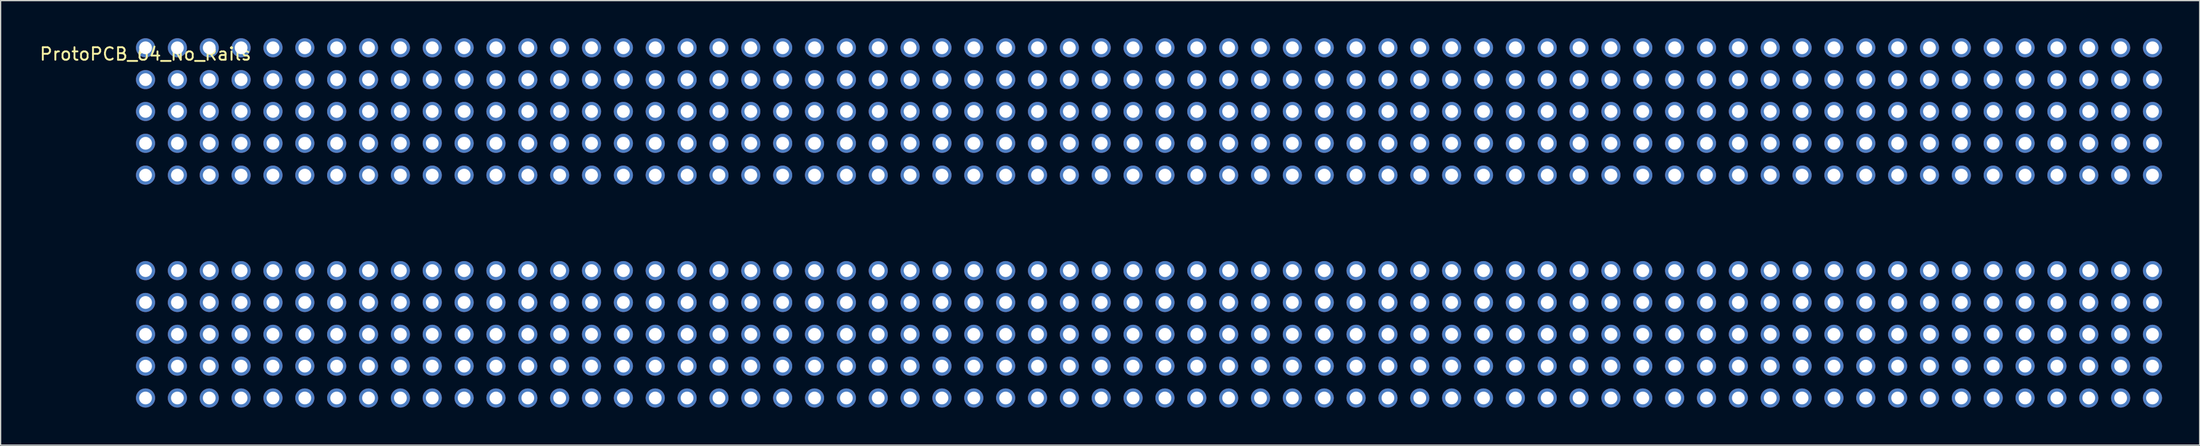
<source format=kicad_pcb>
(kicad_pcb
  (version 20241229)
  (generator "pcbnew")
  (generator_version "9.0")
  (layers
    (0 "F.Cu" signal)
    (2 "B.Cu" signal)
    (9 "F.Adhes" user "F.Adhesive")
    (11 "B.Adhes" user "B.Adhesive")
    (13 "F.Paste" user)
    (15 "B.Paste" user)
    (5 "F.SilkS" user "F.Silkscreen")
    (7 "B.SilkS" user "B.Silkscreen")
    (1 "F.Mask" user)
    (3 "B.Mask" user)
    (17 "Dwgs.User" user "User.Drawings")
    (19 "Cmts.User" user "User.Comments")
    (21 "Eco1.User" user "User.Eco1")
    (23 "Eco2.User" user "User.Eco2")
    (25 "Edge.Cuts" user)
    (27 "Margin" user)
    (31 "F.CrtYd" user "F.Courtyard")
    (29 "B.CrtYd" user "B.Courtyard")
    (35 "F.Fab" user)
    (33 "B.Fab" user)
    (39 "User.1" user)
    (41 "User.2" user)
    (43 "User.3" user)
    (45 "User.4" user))
  (footprint "ProtoPCB_64_No_Rails"
    (layer "F.Cu")
    (at 8.554 0.762)
    (property "Reference" "ProtoPCB_64_No_Rails" (at 0 0.5 0) (layer "F.SilkS") (effects (font (size 1 1) (thickness 0.15))))
    (attr through_hole)
    (pad "1" thru_hole circle (at 0 0) (size 1.524 1.524) (drill 1.016) (layers "*.Cu" "*.Mask"))
    (pad "1" thru_hole circle (at 0 2.54) (size 1.524 1.524) (drill 1.016) (layers "*.Cu" "*.Mask"))
    (pad "1" thru_hole circle (at 0 5.08) (size 1.524 1.524) (drill 1.016) (layers "*.Cu" "*.Mask"))
    (pad "1" thru_hole circle (at 0 7.62) (size 1.524 1.524) (drill 1.016) (layers "*.Cu" "*.Mask"))
    (pad "1" thru_hole circle (at 0 10.16) (size 1.524 1.524) (drill 1.016) (layers "*.Cu" "*.Mask"))
    (pad "1" thru_hole circle (at 0 17.78) (size 1.524 1.524) (drill 1.016) (layers "*.Cu" "*.Mask"))
    (pad "1" thru_hole circle (at 0 20.32) (size 1.524 1.524) (drill 1.016) (layers "*.Cu" "*.Mask"))
    (pad "1" thru_hole circle (at 0 22.86) (size 1.524 1.524) (drill 1.016) (layers "*.Cu" "*.Mask"))
    (pad "1" thru_hole circle (at 0 25.4) (size 1.524 1.524) (drill 1.016) (layers "*.Cu" "*.Mask"))
    (pad "1" thru_hole circle (at 0 27.94) (size 1.524 1.524) (drill 1.016) (layers "*.Cu" "*.Mask"))
    (pad "1" thru_hole circle (at 2.54 0) (size 1.524 1.524) (drill 1.016) (layers "*.Cu" "*.Mask"))
    (pad "1" thru_hole circle (at 2.54 2.54) (size 1.524 1.524) (drill 1.016) (layers "*.Cu" "*.Mask"))
    (pad "1" thru_hole circle (at 2.54 5.08) (size 1.524 1.524) (drill 1.016) (layers "*.Cu" "*.Mask"))
    (pad "1" thru_hole circle (at 2.54 7.62) (size 1.524 1.524) (drill 1.016) (layers "*.Cu" "*.Mask"))
    (pad "1" thru_hole circle (at 2.54 10.16) (size 1.524 1.524) (drill 1.016) (layers "*.Cu" "*.Mask"))
    (pad "1" thru_hole circle (at 2.54 17.78) (size 1.524 1.524) (drill 1.016) (layers "*.Cu" "*.Mask"))
    (pad "1" thru_hole circle (at 2.54 20.32) (size 1.524 1.524) (drill 1.016) (layers "*.Cu" "*.Mask"))
    (pad "1" thru_hole circle (at 2.54 22.86) (size 1.524 1.524) (drill 1.016) (layers "*.Cu" "*.Mask"))
    (pad "1" thru_hole circle (at 2.54 25.4) (size 1.524 1.524) (drill 1.016) (layers "*.Cu" "*.Mask"))
    (pad "1" thru_hole circle (at 2.54 27.94) (size 1.524 1.524) (drill 1.016) (layers "*.Cu" "*.Mask"))
    (pad "1" thru_hole circle (at 5.08 0) (size 1.524 1.524) (drill 1.016) (layers "*.Cu" "*.Mask"))
    (pad "1" thru_hole circle (at 5.08 2.54) (size 1.524 1.524) (drill 1.016) (layers "*.Cu" "*.Mask"))
    (pad "1" thru_hole circle (at 5.08 5.08) (size 1.524 1.524) (drill 1.016) (layers "*.Cu" "*.Mask"))
    (pad "1" thru_hole circle (at 5.08 7.62) (size 1.524 1.524) (drill 1.016) (layers "*.Cu" "*.Mask"))
    (pad "1" thru_hole circle (at 5.08 10.16) (size 1.524 1.524) (drill 1.016) (layers "*.Cu" "*.Mask"))
    (pad "1" thru_hole circle (at 5.08 17.78) (size 1.524 1.524) (drill 1.016) (layers "*.Cu" "*.Mask"))
    (pad "1" thru_hole circle (at 5.08 20.32) (size 1.524 1.524) (drill 1.016) (layers "*.Cu" "*.Mask"))
    (pad "1" thru_hole circle (at 5.08 22.86) (size 1.524 1.524) (drill 1.016) (layers "*.Cu" "*.Mask"))
    (pad "1" thru_hole circle (at 5.08 25.4) (size 1.524 1.524) (drill 1.016) (layers "*.Cu" "*.Mask"))
    (pad "1" thru_hole circle (at 5.08 27.94) (size 1.524 1.524) (drill 1.016) (layers "*.Cu" "*.Mask"))
    (pad "1" thru_hole circle (at 7.62 0) (size 1.524 1.524) (drill 1.016) (layers "*.Cu" "*.Mask"))
    (pad "1" thru_hole circle (at 7.62 2.54) (size 1.524 1.524) (drill 1.016) (layers "*.Cu" "*.Mask"))
    (pad "1" thru_hole circle (at 7.62 5.08) (size 1.524 1.524) (drill 1.016) (layers "*.Cu" "*.Mask"))
    (pad "1" thru_hole circle (at 7.62 7.62) (size 1.524 1.524) (drill 1.016) (layers "*.Cu" "*.Mask"))
    (pad "1" thru_hole circle (at 7.62 10.16) (size 1.524 1.524) (drill 1.016) (layers "*.Cu" "*.Mask"))
    (pad "1" thru_hole circle (at 7.62 17.78) (size 1.524 1.524) (drill 1.016) (layers "*.Cu" "*.Mask"))
    (pad "1" thru_hole circle (at 7.62 20.32) (size 1.524 1.524) (drill 1.016) (layers "*.Cu" "*.Mask"))
    (pad "1" thru_hole circle (at 7.62 22.86) (size 1.524 1.524) (drill 1.016) (layers "*.Cu" "*.Mask"))
    (pad "1" thru_hole circle (at 7.62 25.4) (size 1.524 1.524) (drill 1.016) (layers "*.Cu" "*.Mask"))
    (pad "1" thru_hole circle (at 7.62 27.94) (size 1.524 1.524) (drill 1.016) (layers "*.Cu" "*.Mask"))
    (pad "1" thru_hole circle (at 10.16 0) (size 1.524 1.524) (drill 1.016) (layers "*.Cu" "*.Mask"))
    (pad "1" thru_hole circle (at 10.16 2.54) (size 1.524 1.524) (drill 1.016) (layers "*.Cu" "*.Mask"))
    (pad "1" thru_hole circle (at 10.16 5.08) (size 1.524 1.524) (drill 1.016) (layers "*.Cu" "*.Mask"))
    (pad "1" thru_hole circle (at 10.16 7.62) (size 1.524 1.524) (drill 1.016) (layers "*.Cu" "*.Mask"))
    (pad "1" thru_hole circle (at 10.16 10.16) (size 1.524 1.524) (drill 1.016) (layers "*.Cu" "*.Mask"))
    (pad "1" thru_hole circle (at 10.16 17.78) (size 1.524 1.524) (drill 1.016) (layers "*.Cu" "*.Mask"))
    (pad "1" thru_hole circle (at 10.16 20.32) (size 1.524 1.524) (drill 1.016) (layers "*.Cu" "*.Mask"))
    (pad "1" thru_hole circle (at 10.16 22.86) (size 1.524 1.524) (drill 1.016) (layers "*.Cu" "*.Mask"))
    (pad "1" thru_hole circle (at 10.16 25.4) (size 1.524 1.524) (drill 1.016) (layers "*.Cu" "*.Mask"))
    (pad "1" thru_hole circle (at 10.16 27.94) (size 1.524 1.524) (drill 1.016) (layers "*.Cu" "*.Mask"))
    (pad "1" thru_hole circle (at 12.7 0) (size 1.524 1.524) (drill 1.016) (layers "*.Cu" "*.Mask"))
    (pad "1" thru_hole circle (at 12.7 2.54) (size 1.524 1.524) (drill 1.016) (layers "*.Cu" "*.Mask"))
    (pad "1" thru_hole circle (at 12.7 5.08) (size 1.524 1.524) (drill 1.016) (layers "*.Cu" "*.Mask"))
    (pad "1" thru_hole circle (at 12.7 7.62) (size 1.524 1.524) (drill 1.016) (layers "*.Cu" "*.Mask"))
    (pad "1" thru_hole circle (at 12.7 10.16) (size 1.524 1.524) (drill 1.016) (layers "*.Cu" "*.Mask"))
    (pad "1" thru_hole circle (at 12.7 17.78) (size 1.524 1.524) (drill 1.016) (layers "*.Cu" "*.Mask"))
    (pad "1" thru_hole circle (at 12.7 20.32) (size 1.524 1.524) (drill 1.016) (layers "*.Cu" "*.Mask"))
    (pad "1" thru_hole circle (at 12.7 22.86) (size 1.524 1.524) (drill 1.016) (layers "*.Cu" "*.Mask"))
    (pad "1" thru_hole circle (at 12.7 25.4) (size 1.524 1.524) (drill 1.016) (layers "*.Cu" "*.Mask"))
    (pad "1" thru_hole circle (at 12.7 27.94) (size 1.524 1.524) (drill 1.016) (layers "*.Cu" "*.Mask"))
    (pad "1" thru_hole circle (at 15.24 0) (size 1.524 1.524) (drill 1.016) (layers "*.Cu" "*.Mask"))
    (pad "1" thru_hole circle (at 15.24 2.54) (size 1.524 1.524) (drill 1.016) (layers "*.Cu" "*.Mask"))
    (pad "1" thru_hole circle (at 15.24 5.08) (size 1.524 1.524) (drill 1.016) (layers "*.Cu" "*.Mask"))
    (pad "1" thru_hole circle (at 15.24 7.62) (size 1.524 1.524) (drill 1.016) (layers "*.Cu" "*.Mask"))
    (pad "1" thru_hole circle (at 15.24 10.16) (size 1.524 1.524) (drill 1.016) (layers "*.Cu" "*.Mask"))
    (pad "1" thru_hole circle (at 15.24 17.78) (size 1.524 1.524) (drill 1.016) (layers "*.Cu" "*.Mask"))
    (pad "1" thru_hole circle (at 15.24 20.32) (size 1.524 1.524) (drill 1.016) (layers "*.Cu" "*.Mask"))
    (pad "1" thru_hole circle (at 15.24 22.86) (size 1.524 1.524) (drill 1.016) (layers "*.Cu" "*.Mask"))
    (pad "1" thru_hole circle (at 15.24 25.4) (size 1.524 1.524) (drill 1.016) (layers "*.Cu" "*.Mask"))
    (pad "1" thru_hole circle (at 15.24 27.94) (size 1.524 1.524) (drill 1.016) (layers "*.Cu" "*.Mask"))
    (pad "1" thru_hole circle (at 17.78 0) (size 1.524 1.524) (drill 1.016) (layers "*.Cu" "*.Mask"))
    (pad "1" thru_hole circle (at 17.78 2.54) (size 1.524 1.524) (drill 1.016) (layers "*.Cu" "*.Mask"))
    (pad "1" thru_hole circle (at 17.78 5.08) (size 1.524 1.524) (drill 1.016) (layers "*.Cu" "*.Mask"))
    (pad "1" thru_hole circle (at 17.78 7.62) (size 1.524 1.524) (drill 1.016) (layers "*.Cu" "*.Mask"))
    (pad "1" thru_hole circle (at 17.78 10.16) (size 1.524 1.524) (drill 1.016) (layers "*.Cu" "*.Mask"))
    (pad "1" thru_hole circle (at 17.78 17.78) (size 1.524 1.524) (drill 1.016) (layers "*.Cu" "*.Mask"))
    (pad "1" thru_hole circle (at 17.78 20.32) (size 1.524 1.524) (drill 1.016) (layers "*.Cu" "*.Mask"))
    (pad "1" thru_hole circle (at 17.78 22.86) (size 1.524 1.524) (drill 1.016) (layers "*.Cu" "*.Mask"))
    (pad "1" thru_hole circle (at 17.78 25.4) (size 1.524 1.524) (drill 1.016) (layers "*.Cu" "*.Mask"))
    (pad "1" thru_hole circle (at 17.78 27.94) (size 1.524 1.524) (drill 1.016) (layers "*.Cu" "*.Mask"))
    (pad "1" thru_hole circle (at 20.32 0) (size 1.524 1.524) (drill 1.016) (layers "*.Cu" "*.Mask"))
    (pad "1" thru_hole circle (at 20.32 2.54) (size 1.524 1.524) (drill 1.016) (layers "*.Cu" "*.Mask"))
    (pad "1" thru_hole circle (at 20.32 5.08) (size 1.524 1.524) (drill 1.016) (layers "*.Cu" "*.Mask"))
    (pad "1" thru_hole circle (at 20.32 7.62) (size 1.524 1.524) (drill 1.016) (layers "*.Cu" "*.Mask"))
    (pad "1" thru_hole circle (at 20.32 10.16) (size 1.524 1.524) (drill 1.016) (layers "*.Cu" "*.Mask"))
    (pad "1" thru_hole circle (at 20.32 17.78) (size 1.524 1.524) (drill 1.016) (layers "*.Cu" "*.Mask"))
    (pad "1" thru_hole circle (at 20.32 20.32) (size 1.524 1.524) (drill 1.016) (layers "*.Cu" "*.Mask"))
    (pad "1" thru_hole circle (at 20.32 22.86) (size 1.524 1.524) (drill 1.016) (layers "*.Cu" "*.Mask"))
    (pad "1" thru_hole circle (at 20.32 25.4) (size 1.524 1.524) (drill 1.016) (layers "*.Cu" "*.Mask"))
    (pad "1" thru_hole circle (at 20.32 27.94) (size 1.524 1.524) (drill 1.016) (layers "*.Cu" "*.Mask"))
    (pad "1" thru_hole circle (at 22.86 0) (size 1.524 1.524) (drill 1.016) (layers "*.Cu" "*.Mask"))
    (pad "1" thru_hole circle (at 22.86 2.54) (size 1.524 1.524) (drill 1.016) (layers "*.Cu" "*.Mask"))
    (pad "1" thru_hole circle (at 22.86 5.08) (size 1.524 1.524) (drill 1.016) (layers "*.Cu" "*.Mask"))
    (pad "1" thru_hole circle (at 22.86 7.62) (size 1.524 1.524) (drill 1.016) (layers "*.Cu" "*.Mask"))
    (pad "1" thru_hole circle (at 22.86 10.16) (size 1.524 1.524) (drill 1.016) (layers "*.Cu" "*.Mask"))
    (pad "1" thru_hole circle (at 22.86 17.78) (size 1.524 1.524) (drill 1.016) (layers "*.Cu" "*.Mask"))
    (pad "1" thru_hole circle (at 22.86 20.32) (size 1.524 1.524) (drill 1.016) (layers "*.Cu" "*.Mask"))
    (pad "1" thru_hole circle (at 22.86 22.86) (size 1.524 1.524) (drill 1.016) (layers "*.Cu" "*.Mask"))
    (pad "1" thru_hole circle (at 22.86 25.4) (size 1.524 1.524) (drill 1.016) (layers "*.Cu" "*.Mask"))
    (pad "1" thru_hole circle (at 22.86 27.94) (size 1.524 1.524) (drill 1.016) (layers "*.Cu" "*.Mask"))
    (pad "1" thru_hole circle (at 25.4 0) (size 1.524 1.524) (drill 1.016) (layers "*.Cu" "*.Mask"))
    (pad "1" thru_hole circle (at 25.4 2.54) (size 1.524 1.524) (drill 1.016) (layers "*.Cu" "*.Mask"))
    (pad "1" thru_hole circle (at 25.4 5.08) (size 1.524 1.524) (drill 1.016) (layers "*.Cu" "*.Mask"))
    (pad "1" thru_hole circle (at 25.4 7.62) (size 1.524 1.524) (drill 1.016) (layers "*.Cu" "*.Mask"))
    (pad "1" thru_hole circle (at 25.4 10.16) (size 1.524 1.524) (drill 1.016) (layers "*.Cu" "*.Mask"))
    (pad "1" thru_hole circle (at 25.4 17.78) (size 1.524 1.524) (drill 1.016) (layers "*.Cu" "*.Mask"))
    (pad "1" thru_hole circle (at 25.4 20.32) (size 1.524 1.524) (drill 1.016) (layers "*.Cu" "*.Mask"))
    (pad "1" thru_hole circle (at 25.4 22.86) (size 1.524 1.524) (drill 1.016) (layers "*.Cu" "*.Mask"))
    (pad "1" thru_hole circle (at 25.4 25.4) (size 1.524 1.524) (drill 1.016) (layers "*.Cu" "*.Mask"))
    (pad "1" thru_hole circle (at 25.4 27.94) (size 1.524 1.524) (drill 1.016) (layers "*.Cu" "*.Mask"))
    (pad "1" thru_hole circle (at 27.94 0) (size 1.524 1.524) (drill 1.016) (layers "*.Cu" "*.Mask"))
    (pad "1" thru_hole circle (at 27.94 2.54) (size 1.524 1.524) (drill 1.016) (layers "*.Cu" "*.Mask"))
    (pad "1" thru_hole circle (at 27.94 5.08) (size 1.524 1.524) (drill 1.016) (layers "*.Cu" "*.Mask"))
    (pad "1" thru_hole circle (at 27.94 7.62) (size 1.524 1.524) (drill 1.016) (layers "*.Cu" "*.Mask"))
    (pad "1" thru_hole circle (at 27.94 10.16) (size 1.524 1.524) (drill 1.016) (layers "*.Cu" "*.Mask"))
    (pad "1" thru_hole circle (at 27.94 17.78) (size 1.524 1.524) (drill 1.016) (layers "*.Cu" "*.Mask"))
    (pad "1" thru_hole circle (at 27.94 20.32) (size 1.524 1.524) (drill 1.016) (layers "*.Cu" "*.Mask"))
    (pad "1" thru_hole circle (at 27.94 22.86) (size 1.524 1.524) (drill 1.016) (layers "*.Cu" "*.Mask"))
    (pad "1" thru_hole circle (at 27.94 25.4) (size 1.524 1.524) (drill 1.016) (layers "*.Cu" "*.Mask"))
    (pad "1" thru_hole circle (at 27.94 27.94) (size 1.524 1.524) (drill 1.016) (layers "*.Cu" "*.Mask"))
    (pad "1" thru_hole circle (at 30.48 0) (size 1.524 1.524) (drill 1.016) (layers "*.Cu" "*.Mask"))
    (pad "1" thru_hole circle (at 30.48 2.54) (size 1.524 1.524) (drill 1.016) (layers "*.Cu" "*.Mask"))
    (pad "1" thru_hole circle (at 30.48 5.08) (size 1.524 1.524) (drill 1.016) (layers "*.Cu" "*.Mask"))
    (pad "1" thru_hole circle (at 30.48 7.62) (size 1.524 1.524) (drill 1.016) (layers "*.Cu" "*.Mask"))
    (pad "1" thru_hole circle (at 30.48 10.16) (size 1.524 1.524) (drill 1.016) (layers "*.Cu" "*.Mask"))
    (pad "1" thru_hole circle (at 30.48 17.78) (size 1.524 1.524) (drill 1.016) (layers "*.Cu" "*.Mask"))
    (pad "1" thru_hole circle (at 30.48 20.32) (size 1.524 1.524) (drill 1.016) (layers "*.Cu" "*.Mask"))
    (pad "1" thru_hole circle (at 30.48 22.86) (size 1.524 1.524) (drill 1.016) (layers "*.Cu" "*.Mask"))
    (pad "1" thru_hole circle (at 30.48 25.4) (size 1.524 1.524) (drill 1.016) (layers "*.Cu" "*.Mask"))
    (pad "1" thru_hole circle (at 30.48 27.94) (size 1.524 1.524) (drill 1.016) (layers "*.Cu" "*.Mask"))
    (pad "1" thru_hole circle (at 33.02 0) (size 1.524 1.524) (drill 1.016) (layers "*.Cu" "*.Mask"))
    (pad "1" thru_hole circle (at 33.02 2.54) (size 1.524 1.524) (drill 1.016) (layers "*.Cu" "*.Mask"))
    (pad "1" thru_hole circle (at 33.02 5.08) (size 1.524 1.524) (drill 1.016) (layers "*.Cu" "*.Mask"))
    (pad "1" thru_hole circle (at 33.02 7.62) (size 1.524 1.524) (drill 1.016) (layers "*.Cu" "*.Mask"))
    (pad "1" thru_hole circle (at 33.02 10.16) (size 1.524 1.524) (drill 1.016) (layers "*.Cu" "*.Mask"))
    (pad "1" thru_hole circle (at 33.02 17.78) (size 1.524 1.524) (drill 1.016) (layers "*.Cu" "*.Mask"))
    (pad "1" thru_hole circle (at 33.02 20.32) (size 1.524 1.524) (drill 1.016) (layers "*.Cu" "*.Mask"))
    (pad "1" thru_hole circle (at 33.02 22.86) (size 1.524 1.524) (drill 1.016) (layers "*.Cu" "*.Mask"))
    (pad "1" thru_hole circle (at 33.02 25.4) (size 1.524 1.524) (drill 1.016) (layers "*.Cu" "*.Mask"))
    (pad "1" thru_hole circle (at 33.02 27.94) (size 1.524 1.524) (drill 1.016) (layers "*.Cu" "*.Mask"))
    (pad "1" thru_hole circle (at 35.56 0) (size 1.524 1.524) (drill 1.016) (layers "*.Cu" "*.Mask"))
    (pad "1" thru_hole circle (at 35.56 2.54) (size 1.524 1.524) (drill 1.016) (layers "*.Cu" "*.Mask"))
    (pad "1" thru_hole circle (at 35.56 5.08) (size 1.524 1.524) (drill 1.016) (layers "*.Cu" "*.Mask"))
    (pad "1" thru_hole circle (at 35.56 7.62) (size 1.524 1.524) (drill 1.016) (layers "*.Cu" "*.Mask"))
    (pad "1" thru_hole circle (at 35.56 10.16) (size 1.524 1.524) (drill 1.016) (layers "*.Cu" "*.Mask"))
    (pad "1" thru_hole circle (at 35.56 17.78) (size 1.524 1.524) (drill 1.016) (layers "*.Cu" "*.Mask"))
    (pad "1" thru_hole circle (at 35.56 20.32) (size 1.524 1.524) (drill 1.016) (layers "*.Cu" "*.Mask"))
    (pad "1" thru_hole circle (at 35.56 22.86) (size 1.524 1.524) (drill 1.016) (layers "*.Cu" "*.Mask"))
    (pad "1" thru_hole circle (at 35.56 25.4) (size 1.524 1.524) (drill 1.016) (layers "*.Cu" "*.Mask"))
    (pad "1" thru_hole circle (at 35.56 27.94) (size 1.524 1.524) (drill 1.016) (layers "*.Cu" "*.Mask"))
    (pad "1" thru_hole circle (at 38.1 0) (size 1.524 1.524) (drill 1.016) (layers "*.Cu" "*.Mask"))
    (pad "1" thru_hole circle (at 38.1 2.54) (size 1.524 1.524) (drill 1.016) (layers "*.Cu" "*.Mask"))
    (pad "1" thru_hole circle (at 38.1 5.08) (size 1.524 1.524) (drill 1.016) (layers "*.Cu" "*.Mask"))
    (pad "1" thru_hole circle (at 38.1 7.62) (size 1.524 1.524) (drill 1.016) (layers "*.Cu" "*.Mask"))
    (pad "1" thru_hole circle (at 38.1 10.16) (size 1.524 1.524) (drill 1.016) (layers "*.Cu" "*.Mask"))
    (pad "1" thru_hole circle (at 38.1 17.78) (size 1.524 1.524) (drill 1.016) (layers "*.Cu" "*.Mask"))
    (pad "1" thru_hole circle (at 38.1 20.32) (size 1.524 1.524) (drill 1.016) (layers "*.Cu" "*.Mask"))
    (pad "1" thru_hole circle (at 38.1 22.86) (size 1.524 1.524) (drill 1.016) (layers "*.Cu" "*.Mask"))
    (pad "1" thru_hole circle (at 38.1 25.4) (size 1.524 1.524) (drill 1.016) (layers "*.Cu" "*.Mask"))
    (pad "1" thru_hole circle (at 38.1 27.94) (size 1.524 1.524) (drill 1.016) (layers "*.Cu" "*.Mask"))
    (pad "1" thru_hole circle (at 40.64 0) (size 1.524 1.524) (drill 1.016) (layers "*.Cu" "*.Mask"))
    (pad "1" thru_hole circle (at 40.64 2.54) (size 1.524 1.524) (drill 1.016) (layers "*.Cu" "*.Mask"))
    (pad "1" thru_hole circle (at 40.64 5.08) (size 1.524 1.524) (drill 1.016) (layers "*.Cu" "*.Mask"))
    (pad "1" thru_hole circle (at 40.64 7.62) (size 1.524 1.524) (drill 1.016) (layers "*.Cu" "*.Mask"))
    (pad "1" thru_hole circle (at 40.64 10.16) (size 1.524 1.524) (drill 1.016) (layers "*.Cu" "*.Mask"))
    (pad "1" thru_hole circle (at 40.64 17.78) (size 1.524 1.524) (drill 1.016) (layers "*.Cu" "*.Mask"))
    (pad "1" thru_hole circle (at 40.64 20.32) (size 1.524 1.524) (drill 1.016) (layers "*.Cu" "*.Mask"))
    (pad "1" thru_hole circle (at 40.64 22.86) (size 1.524 1.524) (drill 1.016) (layers "*.Cu" "*.Mask"))
    (pad "1" thru_hole circle (at 40.64 25.4) (size 1.524 1.524) (drill 1.016) (layers "*.Cu" "*.Mask"))
    (pad "1" thru_hole circle (at 40.64 27.94) (size 1.524 1.524) (drill 1.016) (layers "*.Cu" "*.Mask"))
    (pad "1" thru_hole circle (at 43.18 0) (size 1.524 1.524) (drill 1.016) (layers "*.Cu" "*.Mask"))
    (pad "1" thru_hole circle (at 43.18 2.54) (size 1.524 1.524) (drill 1.016) (layers "*.Cu" "*.Mask"))
    (pad "1" thru_hole circle (at 43.18 5.08) (size 1.524 1.524) (drill 1.016) (layers "*.Cu" "*.Mask"))
    (pad "1" thru_hole circle (at 43.18 7.62) (size 1.524 1.524) (drill 1.016) (layers "*.Cu" "*.Mask"))
    (pad "1" thru_hole circle (at 43.18 10.16) (size 1.524 1.524) (drill 1.016) (layers "*.Cu" "*.Mask"))
    (pad "1" thru_hole circle (at 43.18 17.78) (size 1.524 1.524) (drill 1.016) (layers "*.Cu" "*.Mask"))
    (pad "1" thru_hole circle (at 43.18 20.32) (size 1.524 1.524) (drill 1.016) (layers "*.Cu" "*.Mask"))
    (pad "1" thru_hole circle (at 43.18 22.86) (size 1.524 1.524) (drill 1.016) (layers "*.Cu" "*.Mask"))
    (pad "1" thru_hole circle (at 43.18 25.4) (size 1.524 1.524) (drill 1.016) (layers "*.Cu" "*.Mask"))
    (pad "1" thru_hole circle (at 43.18 27.94) (size 1.524 1.524) (drill 1.016) (layers "*.Cu" "*.Mask"))
    (pad "1" thru_hole circle (at 45.72 0) (size 1.524 1.524) (drill 1.016) (layers "*.Cu" "*.Mask"))
    (pad "1" thru_hole circle (at 45.72 2.54) (size 1.524 1.524) (drill 1.016) (layers "*.Cu" "*.Mask"))
    (pad "1" thru_hole circle (at 45.72 5.08) (size 1.524 1.524) (drill 1.016) (layers "*.Cu" "*.Mask"))
    (pad "1" thru_hole circle (at 45.72 7.62) (size 1.524 1.524) (drill 1.016) (layers "*.Cu" "*.Mask"))
    (pad "1" thru_hole circle (at 45.72 10.16) (size 1.524 1.524) (drill 1.016) (layers "*.Cu" "*.Mask"))
    (pad "1" thru_hole circle (at 45.72 17.78) (size 1.524 1.524) (drill 1.016) (layers "*.Cu" "*.Mask"))
    (pad "1" thru_hole circle (at 45.72 20.32) (size 1.524 1.524) (drill 1.016) (layers "*.Cu" "*.Mask"))
    (pad "1" thru_hole circle (at 45.72 22.86) (size 1.524 1.524) (drill 1.016) (layers "*.Cu" "*.Mask"))
    (pad "1" thru_hole circle (at 45.72 25.4) (size 1.524 1.524) (drill 1.016) (layers "*.Cu" "*.Mask"))
    (pad "1" thru_hole circle (at 45.72 27.94) (size 1.524 1.524) (drill 1.016) (layers "*.Cu" "*.Mask"))
    (pad "1" thru_hole circle (at 48.26 0) (size 1.524 1.524) (drill 1.016) (layers "*.Cu" "*.Mask"))
    (pad "1" thru_hole circle (at 48.26 2.54) (size 1.524 1.524) (drill 1.016) (layers "*.Cu" "*.Mask"))
    (pad "1" thru_hole circle (at 48.26 5.08) (size 1.524 1.524) (drill 1.016) (layers "*.Cu" "*.Mask"))
    (pad "1" thru_hole circle (at 48.26 7.62) (size 1.524 1.524) (drill 1.016) (layers "*.Cu" "*.Mask"))
    (pad "1" thru_hole circle (at 48.26 10.16) (size 1.524 1.524) (drill 1.016) (layers "*.Cu" "*.Mask"))
    (pad "1" thru_hole circle (at 48.26 17.78) (size 1.524 1.524) (drill 1.016) (layers "*.Cu" "*.Mask"))
    (pad "1" thru_hole circle (at 48.26 20.32) (size 1.524 1.524) (drill 1.016) (layers "*.Cu" "*.Mask"))
    (pad "1" thru_hole circle (at 48.26 22.86) (size 1.524 1.524) (drill 1.016) (layers "*.Cu" "*.Mask"))
    (pad "1" thru_hole circle (at 48.26 25.4) (size 1.524 1.524) (drill 1.016) (layers "*.Cu" "*.Mask"))
    (pad "1" thru_hole circle (at 48.26 27.94) (size 1.524 1.524) (drill 1.016) (layers "*.Cu" "*.Mask"))
    (pad "1" thru_hole circle (at 50.8 0) (size 1.524 1.524) (drill 1.016) (layers "*.Cu" "*.Mask"))
    (pad "1" thru_hole circle (at 50.8 2.54) (size 1.524 1.524) (drill 1.016) (layers "*.Cu" "*.Mask"))
    (pad "1" thru_hole circle (at 50.8 5.08) (size 1.524 1.524) (drill 1.016) (layers "*.Cu" "*.Mask"))
    (pad "1" thru_hole circle (at 50.8 7.62) (size 1.524 1.524) (drill 1.016) (layers "*.Cu" "*.Mask"))
    (pad "1" thru_hole circle (at 50.8 10.16) (size 1.524 1.524) (drill 1.016) (layers "*.Cu" "*.Mask"))
    (pad "1" thru_hole circle (at 50.8 17.78) (size 1.524 1.524) (drill 1.016) (layers "*.Cu" "*.Mask"))
    (pad "1" thru_hole circle (at 50.8 20.32) (size 1.524 1.524) (drill 1.016) (layers "*.Cu" "*.Mask"))
    (pad "1" thru_hole circle (at 50.8 22.86) (size 1.524 1.524) (drill 1.016) (layers "*.Cu" "*.Mask"))
    (pad "1" thru_hole circle (at 50.8 25.4) (size 1.524 1.524) (drill 1.016) (layers "*.Cu" "*.Mask"))
    (pad "1" thru_hole circle (at 50.8 27.94) (size 1.524 1.524) (drill 1.016) (layers "*.Cu" "*.Mask"))
    (pad "1" thru_hole circle (at 53.34 0) (size 1.524 1.524) (drill 1.016) (layers "*.Cu" "*.Mask"))
    (pad "1" thru_hole circle (at 53.34 2.54) (size 1.524 1.524) (drill 1.016) (layers "*.Cu" "*.Mask"))
    (pad "1" thru_hole circle (at 53.34 5.08) (size 1.524 1.524) (drill 1.016) (layers "*.Cu" "*.Mask"))
    (pad "1" thru_hole circle (at 53.34 7.62) (size 1.524 1.524) (drill 1.016) (layers "*.Cu" "*.Mask"))
    (pad "1" thru_hole circle (at 53.34 10.16) (size 1.524 1.524) (drill 1.016) (layers "*.Cu" "*.Mask"))
    (pad "1" thru_hole circle (at 53.34 17.78) (size 1.524 1.524) (drill 1.016) (layers "*.Cu" "*.Mask"))
    (pad "1" thru_hole circle (at 53.34 20.32) (size 1.524 1.524) (drill 1.016) (layers "*.Cu" "*.Mask"))
    (pad "1" thru_hole circle (at 53.34 22.86) (size 1.524 1.524) (drill 1.016) (layers "*.Cu" "*.Mask"))
    (pad "1" thru_hole circle (at 53.34 25.4) (size 1.524 1.524) (drill 1.016) (layers "*.Cu" "*.Mask"))
    (pad "1" thru_hole circle (at 53.34 27.94) (size 1.524 1.524) (drill 1.016) (layers "*.Cu" "*.Mask"))
    (pad "1" thru_hole circle (at 55.88 0) (size 1.524 1.524) (drill 1.016) (layers "*.Cu" "*.Mask"))
    (pad "1" thru_hole circle (at 55.88 2.54) (size 1.524 1.524) (drill 1.016) (layers "*.Cu" "*.Mask"))
    (pad "1" thru_hole circle (at 55.88 5.08) (size 1.524 1.524) (drill 1.016) (layers "*.Cu" "*.Mask"))
    (pad "1" thru_hole circle (at 55.88 7.62) (size 1.524 1.524) (drill 1.016) (layers "*.Cu" "*.Mask"))
    (pad "1" thru_hole circle (at 55.88 10.16) (size 1.524 1.524) (drill 1.016) (layers "*.Cu" "*.Mask"))
    (pad "1" thru_hole circle (at 55.88 17.78) (size 1.524 1.524) (drill 1.016) (layers "*.Cu" "*.Mask"))
    (pad "1" thru_hole circle (at 55.88 20.32) (size 1.524 1.524) (drill 1.016) (layers "*.Cu" "*.Mask"))
    (pad "1" thru_hole circle (at 55.88 22.86) (size 1.524 1.524) (drill 1.016) (layers "*.Cu" "*.Mask"))
    (pad "1" thru_hole circle (at 55.88 25.4) (size 1.524 1.524) (drill 1.016) (layers "*.Cu" "*.Mask"))
    (pad "1" thru_hole circle (at 55.88 27.94) (size 1.524 1.524) (drill 1.016) (layers "*.Cu" "*.Mask"))
    (pad "1" thru_hole circle (at 58.42 0) (size 1.524 1.524) (drill 1.016) (layers "*.Cu" "*.Mask"))
    (pad "1" thru_hole circle (at 58.42 2.54) (size 1.524 1.524) (drill 1.016) (layers "*.Cu" "*.Mask"))
    (pad "1" thru_hole circle (at 58.42 5.08) (size 1.524 1.524) (drill 1.016) (layers "*.Cu" "*.Mask"))
    (pad "1" thru_hole circle (at 58.42 7.62) (size 1.524 1.524) (drill 1.016) (layers "*.Cu" "*.Mask"))
    (pad "1" thru_hole circle (at 58.42 10.16) (size 1.524 1.524) (drill 1.016) (layers "*.Cu" "*.Mask"))
    (pad "1" thru_hole circle (at 58.42 17.78) (size 1.524 1.524) (drill 1.016) (layers "*.Cu" "*.Mask"))
    (pad "1" thru_hole circle (at 58.42 20.32) (size 1.524 1.524) (drill 1.016) (layers "*.Cu" "*.Mask"))
    (pad "1" thru_hole circle (at 58.42 22.86) (size 1.524 1.524) (drill 1.016) (layers "*.Cu" "*.Mask"))
    (pad "1" thru_hole circle (at 58.42 25.4) (size 1.524 1.524) (drill 1.016) (layers "*.Cu" "*.Mask"))
    (pad "1" thru_hole circle (at 58.42 27.94) (size 1.524 1.524) (drill 1.016) (layers "*.Cu" "*.Mask"))
    (pad "1" thru_hole circle (at 60.96 0) (size 1.524 1.524) (drill 1.016) (layers "*.Cu" "*.Mask"))
    (pad "1" thru_hole circle (at 60.96 2.54) (size 1.524 1.524) (drill 1.016) (layers "*.Cu" "*.Mask"))
    (pad "1" thru_hole circle (at 60.96 5.08) (size 1.524 1.524) (drill 1.016) (layers "*.Cu" "*.Mask"))
    (pad "1" thru_hole circle (at 60.96 7.62) (size 1.524 1.524) (drill 1.016) (layers "*.Cu" "*.Mask"))
    (pad "1" thru_hole circle (at 60.96 10.16) (size 1.524 1.524) (drill 1.016) (layers "*.Cu" "*.Mask"))
    (pad "1" thru_hole circle (at 60.96 17.78) (size 1.524 1.524) (drill 1.016) (layers "*.Cu" "*.Mask"))
    (pad "1" thru_hole circle (at 60.96 20.32) (size 1.524 1.524) (drill 1.016) (layers "*.Cu" "*.Mask"))
    (pad "1" thru_hole circle (at 60.96 22.86) (size 1.524 1.524) (drill 1.016) (layers "*.Cu" "*.Mask"))
    (pad "1" thru_hole circle (at 60.96 25.4) (size 1.524 1.524) (drill 1.016) (layers "*.Cu" "*.Mask"))
    (pad "1" thru_hole circle (at 60.96 27.94) (size 1.524 1.524) (drill 1.016) (layers "*.Cu" "*.Mask"))
    (pad "1" thru_hole circle (at 63.5 0) (size 1.524 1.524) (drill 1.016) (layers "*.Cu" "*.Mask"))
    (pad "1" thru_hole circle (at 63.5 2.54) (size 1.524 1.524) (drill 1.016) (layers "*.Cu" "*.Mask"))
    (pad "1" thru_hole circle (at 63.5 5.08) (size 1.524 1.524) (drill 1.016) (layers "*.Cu" "*.Mask"))
    (pad "1" thru_hole circle (at 63.5 7.62) (size 1.524 1.524) (drill 1.016) (layers "*.Cu" "*.Mask"))
    (pad "1" thru_hole circle (at 63.5 10.16) (size 1.524 1.524) (drill 1.016) (layers "*.Cu" "*.Mask"))
    (pad "1" thru_hole circle (at 63.5 17.78) (size 1.524 1.524) (drill 1.016) (layers "*.Cu" "*.Mask"))
    (pad "1" thru_hole circle (at 63.5 20.32) (size 1.524 1.524) (drill 1.016) (layers "*.Cu" "*.Mask"))
    (pad "1" thru_hole circle (at 63.5 22.86) (size 1.524 1.524) (drill 1.016) (layers "*.Cu" "*.Mask"))
    (pad "1" thru_hole circle (at 63.5 25.4) (size 1.524 1.524) (drill 1.016) (layers "*.Cu" "*.Mask"))
    (pad "1" thru_hole circle (at 63.5 27.94) (size 1.524 1.524) (drill 1.016) (layers "*.Cu" "*.Mask"))
    (pad "1" thru_hole circle (at 66.04 0) (size 1.524 1.524) (drill 1.016) (layers "*.Cu" "*.Mask"))
    (pad "1" thru_hole circle (at 66.04 2.54) (size 1.524 1.524) (drill 1.016) (layers "*.Cu" "*.Mask"))
    (pad "1" thru_hole circle (at 66.04 5.08) (size 1.524 1.524) (drill 1.016) (layers "*.Cu" "*.Mask"))
    (pad "1" thru_hole circle (at 66.04 7.62) (size 1.524 1.524) (drill 1.016) (layers "*.Cu" "*.Mask"))
    (pad "1" thru_hole circle (at 66.04 10.16) (size 1.524 1.524) (drill 1.016) (layers "*.Cu" "*.Mask"))
    (pad "1" thru_hole circle (at 66.04 17.78) (size 1.524 1.524) (drill 1.016) (layers "*.Cu" "*.Mask"))
    (pad "1" thru_hole circle (at 66.04 20.32) (size 1.524 1.524) (drill 1.016) (layers "*.Cu" "*.Mask"))
    (pad "1" thru_hole circle (at 66.04 22.86) (size 1.524 1.524) (drill 1.016) (layers "*.Cu" "*.Mask"))
    (pad "1" thru_hole circle (at 66.04 25.4) (size 1.524 1.524) (drill 1.016) (layers "*.Cu" "*.Mask"))
    (pad "1" thru_hole circle (at 66.04 27.94) (size 1.524 1.524) (drill 1.016) (layers "*.Cu" "*.Mask"))
    (pad "1" thru_hole circle (at 68.58 0) (size 1.524 1.524) (drill 1.016) (layers "*.Cu" "*.Mask"))
    (pad "1" thru_hole circle (at 68.58 2.54) (size 1.524 1.524) (drill 1.016) (layers "*.Cu" "*.Mask"))
    (pad "1" thru_hole circle (at 68.58 5.08) (size 1.524 1.524) (drill 1.016) (layers "*.Cu" "*.Mask"))
    (pad "1" thru_hole circle (at 68.58 7.62) (size 1.524 1.524) (drill 1.016) (layers "*.Cu" "*.Mask"))
    (pad "1" thru_hole circle (at 68.58 10.16) (size 1.524 1.524) (drill 1.016) (layers "*.Cu" "*.Mask"))
    (pad "1" thru_hole circle (at 68.58 17.78) (size 1.524 1.524) (drill 1.016) (layers "*.Cu" "*.Mask"))
    (pad "1" thru_hole circle (at 68.58 20.32) (size 1.524 1.524) (drill 1.016) (layers "*.Cu" "*.Mask"))
    (pad "1" thru_hole circle (at 68.58 22.86) (size 1.524 1.524) (drill 1.016) (layers "*.Cu" "*.Mask"))
    (pad "1" thru_hole circle (at 68.58 25.4) (size 1.524 1.524) (drill 1.016) (layers "*.Cu" "*.Mask"))
    (pad "1" thru_hole circle (at 68.58 27.94) (size 1.524 1.524) (drill 1.016) (layers "*.Cu" "*.Mask"))
    (pad "1" thru_hole circle (at 71.12 0) (size 1.524 1.524) (drill 1.016) (layers "*.Cu" "*.Mask"))
    (pad "1" thru_hole circle (at 71.12 2.54) (size 1.524 1.524) (drill 1.016) (layers "*.Cu" "*.Mask"))
    (pad "1" thru_hole circle (at 71.12 5.08) (size 1.524 1.524) (drill 1.016) (layers "*.Cu" "*.Mask"))
    (pad "1" thru_hole circle (at 71.12 7.62) (size 1.524 1.524) (drill 1.016) (layers "*.Cu" "*.Mask"))
    (pad "1" thru_hole circle (at 71.12 10.16) (size 1.524 1.524) (drill 1.016) (layers "*.Cu" "*.Mask"))
    (pad "1" thru_hole circle (at 71.12 17.78) (size 1.524 1.524) (drill 1.016) (layers "*.Cu" "*.Mask"))
    (pad "1" thru_hole circle (at 71.12 20.32) (size 1.524 1.524) (drill 1.016) (layers "*.Cu" "*.Mask"))
    (pad "1" thru_hole circle (at 71.12 22.86) (size 1.524 1.524) (drill 1.016) (layers "*.Cu" "*.Mask"))
    (pad "1" thru_hole circle (at 71.12 25.4) (size 1.524 1.524) (drill 1.016) (layers "*.Cu" "*.Mask"))
    (pad "1" thru_hole circle (at 71.12 27.94) (size 1.524 1.524) (drill 1.016) (layers "*.Cu" "*.Mask"))
    (pad "1" thru_hole circle (at 73.66 0) (size 1.524 1.524) (drill 1.016) (layers "*.Cu" "*.Mask"))
    (pad "1" thru_hole circle (at 73.66 2.54) (size 1.524 1.524) (drill 1.016) (layers "*.Cu" "*.Mask"))
    (pad "1" thru_hole circle (at 73.66 5.08) (size 1.524 1.524) (drill 1.016) (layers "*.Cu" "*.Mask"))
    (pad "1" thru_hole circle (at 73.66 7.62) (size 1.524 1.524) (drill 1.016) (layers "*.Cu" "*.Mask"))
    (pad "1" thru_hole circle (at 73.66 10.16) (size 1.524 1.524) (drill 1.016) (layers "*.Cu" "*.Mask"))
    (pad "1" thru_hole circle (at 73.66 17.78) (size 1.524 1.524) (drill 1.016) (layers "*.Cu" "*.Mask"))
    (pad "1" thru_hole circle (at 73.66 20.32) (size 1.524 1.524) (drill 1.016) (layers "*.Cu" "*.Mask"))
    (pad "1" thru_hole circle (at 73.66 22.86) (size 1.524 1.524) (drill 1.016) (layers "*.Cu" "*.Mask"))
    (pad "1" thru_hole circle (at 73.66 25.4) (size 1.524 1.524) (drill 1.016) (layers "*.Cu" "*.Mask"))
    (pad "1" thru_hole circle (at 73.66 27.94) (size 1.524 1.524) (drill 1.016) (layers "*.Cu" "*.Mask"))
    (pad "1" thru_hole circle (at 76.2 0) (size 1.524 1.524) (drill 1.016) (layers "*.Cu" "*.Mask"))
    (pad "1" thru_hole circle (at 76.2 2.54) (size 1.524 1.524) (drill 1.016) (layers "*.Cu" "*.Mask"))
    (pad "1" thru_hole circle (at 76.2 5.08) (size 1.524 1.524) (drill 1.016) (layers "*.Cu" "*.Mask"))
    (pad "1" thru_hole circle (at 76.2 7.62) (size 1.524 1.524) (drill 1.016) (layers "*.Cu" "*.Mask"))
    (pad "1" thru_hole circle (at 76.2 10.16) (size 1.524 1.524) (drill 1.016) (layers "*.Cu" "*.Mask"))
    (pad "1" thru_hole circle (at 76.2 17.78) (size 1.524 1.524) (drill 1.016) (layers "*.Cu" "*.Mask"))
    (pad "1" thru_hole circle (at 76.2 20.32) (size 1.524 1.524) (drill 1.016) (layers "*.Cu" "*.Mask"))
    (pad "1" thru_hole circle (at 76.2 22.86) (size 1.524 1.524) (drill 1.016) (layers "*.Cu" "*.Mask"))
    (pad "1" thru_hole circle (at 76.2 25.4) (size 1.524 1.524) (drill 1.016) (layers "*.Cu" "*.Mask"))
    (pad "1" thru_hole circle (at 76.2 27.94) (size 1.524 1.524) (drill 1.016) (layers "*.Cu" "*.Mask"))
    (pad "1" thru_hole circle (at 78.74 0) (size 1.524 1.524) (drill 1.016) (layers "*.Cu" "*.Mask"))
    (pad "1" thru_hole circle (at 78.74 2.54) (size 1.524 1.524) (drill 1.016) (layers "*.Cu" "*.Mask"))
    (pad "1" thru_hole circle (at 78.74 5.08) (size 1.524 1.524) (drill 1.016) (layers "*.Cu" "*.Mask"))
    (pad "1" thru_hole circle (at 78.74 7.62) (size 1.524 1.524) (drill 1.016) (layers "*.Cu" "*.Mask"))
    (pad "1" thru_hole circle (at 78.74 10.16) (size 1.524 1.524) (drill 1.016) (layers "*.Cu" "*.Mask"))
    (pad "1" thru_hole circle (at 78.74 17.78) (size 1.524 1.524) (drill 1.016) (layers "*.Cu" "*.Mask"))
    (pad "1" thru_hole circle (at 78.74 20.32) (size 1.524 1.524) (drill 1.016) (layers "*.Cu" "*.Mask"))
    (pad "1" thru_hole circle (at 78.74 22.86) (size 1.524 1.524) (drill 1.016) (layers "*.Cu" "*.Mask"))
    (pad "1" thru_hole circle (at 78.74 25.4) (size 1.524 1.524) (drill 1.016) (layers "*.Cu" "*.Mask"))
    (pad "1" thru_hole circle (at 78.74 27.94) (size 1.524 1.524) (drill 1.016) (layers "*.Cu" "*.Mask"))
    (pad "1" thru_hole circle (at 81.28 0) (size 1.524 1.524) (drill 1.016) (layers "*.Cu" "*.Mask"))
    (pad "1" thru_hole circle (at 81.28 2.54) (size 1.524 1.524) (drill 1.016) (layers "*.Cu" "*.Mask"))
    (pad "1" thru_hole circle (at 81.28 5.08) (size 1.524 1.524) (drill 1.016) (layers "*.Cu" "*.Mask"))
    (pad "1" thru_hole circle (at 81.28 7.62) (size 1.524 1.524) (drill 1.016) (layers "*.Cu" "*.Mask"))
    (pad "1" thru_hole circle (at 81.28 10.16) (size 1.524 1.524) (drill 1.016) (layers "*.Cu" "*.Mask"))
    (pad "1" thru_hole circle (at 81.28 17.78) (size 1.524 1.524) (drill 1.016) (layers "*.Cu" "*.Mask"))
    (pad "1" thru_hole circle (at 81.28 20.32) (size 1.524 1.524) (drill 1.016) (layers "*.Cu" "*.Mask"))
    (pad "1" thru_hole circle (at 81.28 22.86) (size 1.524 1.524) (drill 1.016) (layers "*.Cu" "*.Mask"))
    (pad "1" thru_hole circle (at 81.28 25.4) (size 1.524 1.524) (drill 1.016) (layers "*.Cu" "*.Mask"))
    (pad "1" thru_hole circle (at 81.28 27.94) (size 1.524 1.524) (drill 1.016) (layers "*.Cu" "*.Mask"))
    (pad "1" thru_hole circle (at 83.82 0) (size 1.524 1.524) (drill 1.016) (layers "*.Cu" "*.Mask"))
    (pad "1" thru_hole circle (at 83.82 2.54) (size 1.524 1.524) (drill 1.016) (layers "*.Cu" "*.Mask"))
    (pad "1" thru_hole circle (at 83.82 5.08) (size 1.524 1.524) (drill 1.016) (layers "*.Cu" "*.Mask"))
    (pad "1" thru_hole circle (at 83.82 7.62) (size 1.524 1.524) (drill 1.016) (layers "*.Cu" "*.Mask"))
    (pad "1" thru_hole circle (at 83.82 10.16) (size 1.524 1.524) (drill 1.016) (layers "*.Cu" "*.Mask"))
    (pad "1" thru_hole circle (at 83.82 17.78) (size 1.524 1.524) (drill 1.016) (layers "*.Cu" "*.Mask"))
    (pad "1" thru_hole circle (at 83.82 20.32) (size 1.524 1.524) (drill 1.016) (layers "*.Cu" "*.Mask"))
    (pad "1" thru_hole circle (at 83.82 22.86) (size 1.524 1.524) (drill 1.016) (layers "*.Cu" "*.Mask"))
    (pad "1" thru_hole circle (at 83.82 25.4) (size 1.524 1.524) (drill 1.016) (layers "*.Cu" "*.Mask"))
    (pad "1" thru_hole circle (at 83.82 27.94) (size 1.524 1.524) (drill 1.016) (layers "*.Cu" "*.Mask"))
    (pad "1" thru_hole circle (at 86.36 0) (size 1.524 1.524) (drill 1.016) (layers "*.Cu" "*.Mask"))
    (pad "1" thru_hole circle (at 86.36 2.54) (size 1.524 1.524) (drill 1.016) (layers "*.Cu" "*.Mask"))
    (pad "1" thru_hole circle (at 86.36 5.08) (size 1.524 1.524) (drill 1.016) (layers "*.Cu" "*.Mask"))
    (pad "1" thru_hole circle (at 86.36 7.62) (size 1.524 1.524) (drill 1.016) (layers "*.Cu" "*.Mask"))
    (pad "1" thru_hole circle (at 86.36 10.16) (size 1.524 1.524) (drill 1.016) (layers "*.Cu" "*.Mask"))
    (pad "1" thru_hole circle (at 86.36 17.78) (size 1.524 1.524) (drill 1.016) (layers "*.Cu" "*.Mask"))
    (pad "1" thru_hole circle (at 86.36 20.32) (size 1.524 1.524) (drill 1.016) (layers "*.Cu" "*.Mask"))
    (pad "1" thru_hole circle (at 86.36 22.86) (size 1.524 1.524) (drill 1.016) (layers "*.Cu" "*.Mask"))
    (pad "1" thru_hole circle (at 86.36 25.4) (size 1.524 1.524) (drill 1.016) (layers "*.Cu" "*.Mask"))
    (pad "1" thru_hole circle (at 86.36 27.94) (size 1.524 1.524) (drill 1.016) (layers "*.Cu" "*.Mask"))
    (pad "1" thru_hole circle (at 88.9 0) (size 1.524 1.524) (drill 1.016) (layers "*.Cu" "*.Mask"))
    (pad "1" thru_hole circle (at 88.9 2.54) (size 1.524 1.524) (drill 1.016) (layers "*.Cu" "*.Mask"))
    (pad "1" thru_hole circle (at 88.9 5.08) (size 1.524 1.524) (drill 1.016) (layers "*.Cu" "*.Mask"))
    (pad "1" thru_hole circle (at 88.9 7.62) (size 1.524 1.524) (drill 1.016) (layers "*.Cu" "*.Mask"))
    (pad "1" thru_hole circle (at 88.9 10.16) (size 1.524 1.524) (drill 1.016) (layers "*.Cu" "*.Mask"))
    (pad "1" thru_hole circle (at 88.9 17.78) (size 1.524 1.524) (drill 1.016) (layers "*.Cu" "*.Mask"))
    (pad "1" thru_hole circle (at 88.9 20.32) (size 1.524 1.524) (drill 1.016) (layers "*.Cu" "*.Mask"))
    (pad "1" thru_hole circle (at 88.9 22.86) (size 1.524 1.524) (drill 1.016) (layers "*.Cu" "*.Mask"))
    (pad "1" thru_hole circle (at 88.9 25.4) (size 1.524 1.524) (drill 1.016) (layers "*.Cu" "*.Mask"))
    (pad "1" thru_hole circle (at 88.9 27.94) (size 1.524 1.524) (drill 1.016) (layers "*.Cu" "*.Mask"))
    (pad "1" thru_hole circle (at 91.44 0) (size 1.524 1.524) (drill 1.016) (layers "*.Cu" "*.Mask"))
    (pad "1" thru_hole circle (at 91.44 2.54) (size 1.524 1.524) (drill 1.016) (layers "*.Cu" "*.Mask"))
    (pad "1" thru_hole circle (at 91.44 5.08) (size 1.524 1.524) (drill 1.016) (layers "*.Cu" "*.Mask"))
    (pad "1" thru_hole circle (at 91.44 7.62) (size 1.524 1.524) (drill 1.016) (layers "*.Cu" "*.Mask"))
    (pad "1" thru_hole circle (at 91.44 10.16) (size 1.524 1.524) (drill 1.016) (layers "*.Cu" "*.Mask"))
    (pad "1" thru_hole circle (at 91.44 17.78) (size 1.524 1.524) (drill 1.016) (layers "*.Cu" "*.Mask"))
    (pad "1" thru_hole circle (at 91.44 20.32) (size 1.524 1.524) (drill 1.016) (layers "*.Cu" "*.Mask"))
    (pad "1" thru_hole circle (at 91.44 22.86) (size 1.524 1.524) (drill 1.016) (layers "*.Cu" "*.Mask"))
    (pad "1" thru_hole circle (at 91.44 25.4) (size 1.524 1.524) (drill 1.016) (layers "*.Cu" "*.Mask"))
    (pad "1" thru_hole circle (at 91.44 27.94) (size 1.524 1.524) (drill 1.016) (layers "*.Cu" "*.Mask"))
    (pad "1" thru_hole circle (at 93.98 0) (size 1.524 1.524) (drill 1.016) (layers "*.Cu" "*.Mask"))
    (pad "1" thru_hole circle (at 93.98 2.54) (size 1.524 1.524) (drill 1.016) (layers "*.Cu" "*.Mask"))
    (pad "1" thru_hole circle (at 93.98 5.08) (size 1.524 1.524) (drill 1.016) (layers "*.Cu" "*.Mask"))
    (pad "1" thru_hole circle (at 93.98 7.62) (size 1.524 1.524) (drill 1.016) (layers "*.Cu" "*.Mask"))
    (pad "1" thru_hole circle (at 93.98 10.16) (size 1.524 1.524) (drill 1.016) (layers "*.Cu" "*.Mask"))
    (pad "1" thru_hole circle (at 93.98 17.78) (size 1.524 1.524) (drill 1.016) (layers "*.Cu" "*.Mask"))
    (pad "1" thru_hole circle (at 93.98 20.32) (size 1.524 1.524) (drill 1.016) (layers "*.Cu" "*.Mask"))
    (pad "1" thru_hole circle (at 93.98 22.86) (size 1.524 1.524) (drill 1.016) (layers "*.Cu" "*.Mask"))
    (pad "1" thru_hole circle (at 93.98 25.4) (size 1.524 1.524) (drill 1.016) (layers "*.Cu" "*.Mask"))
    (pad "1" thru_hole circle (at 93.98 27.94) (size 1.524 1.524) (drill 1.016) (layers "*.Cu" "*.Mask"))
    (pad "1" thru_hole circle (at 96.52 0) (size 1.524 1.524) (drill 1.016) (layers "*.Cu" "*.Mask"))
    (pad "1" thru_hole circle (at 96.52 2.54) (size 1.524 1.524) (drill 1.016) (layers "*.Cu" "*.Mask"))
    (pad "1" thru_hole circle (at 96.52 5.08) (size 1.524 1.524) (drill 1.016) (layers "*.Cu" "*.Mask"))
    (pad "1" thru_hole circle (at 96.52 7.62) (size 1.524 1.524) (drill 1.016) (layers "*.Cu" "*.Mask"))
    (pad "1" thru_hole circle (at 96.52 10.16) (size 1.524 1.524) (drill 1.016) (layers "*.Cu" "*.Mask"))
    (pad "1" thru_hole circle (at 96.52 17.78) (size 1.524 1.524) (drill 1.016) (layers "*.Cu" "*.Mask"))
    (pad "1" thru_hole circle (at 96.52 20.32) (size 1.524 1.524) (drill 1.016) (layers "*.Cu" "*.Mask"))
    (pad "1" thru_hole circle (at 96.52 22.86) (size 1.524 1.524) (drill 1.016) (layers "*.Cu" "*.Mask"))
    (pad "1" thru_hole circle (at 96.52 25.4) (size 1.524 1.524) (drill 1.016) (layers "*.Cu" "*.Mask"))
    (pad "1" thru_hole circle (at 96.52 27.94) (size 1.524 1.524) (drill 1.016) (layers "*.Cu" "*.Mask"))
    (pad "1" thru_hole circle (at 99.06 0) (size 1.524 1.524) (drill 1.016) (layers "*.Cu" "*.Mask"))
    (pad "1" thru_hole circle (at 99.06 2.54) (size 1.524 1.524) (drill 1.016) (layers "*.Cu" "*.Mask"))
    (pad "1" thru_hole circle (at 99.06 5.08) (size 1.524 1.524) (drill 1.016) (layers "*.Cu" "*.Mask"))
    (pad "1" thru_hole circle (at 99.06 7.62) (size 1.524 1.524) (drill 1.016) (layers "*.Cu" "*.Mask"))
    (pad "1" thru_hole circle (at 99.06 10.16) (size 1.524 1.524) (drill 1.016) (layers "*.Cu" "*.Mask"))
    (pad "1" thru_hole circle (at 99.06 17.78) (size 1.524 1.524) (drill 1.016) (layers "*.Cu" "*.Mask"))
    (pad "1" thru_hole circle (at 99.06 20.32) (size 1.524 1.524) (drill 1.016) (layers "*.Cu" "*.Mask"))
    (pad "1" thru_hole circle (at 99.06 22.86) (size 1.524 1.524) (drill 1.016) (layers "*.Cu" "*.Mask"))
    (pad "1" thru_hole circle (at 99.06 25.4) (size 1.524 1.524) (drill 1.016) (layers "*.Cu" "*.Mask"))
    (pad "1" thru_hole circle (at 99.06 27.94) (size 1.524 1.524) (drill 1.016) (layers "*.Cu" "*.Mask"))
    (pad "1" thru_hole circle (at 101.6 0) (size 1.524 1.524) (drill 1.016) (layers "*.Cu" "*.Mask"))
    (pad "1" thru_hole circle (at 101.6 2.54) (size 1.524 1.524) (drill 1.016) (layers "*.Cu" "*.Mask"))
    (pad "1" thru_hole circle (at 101.6 5.08) (size 1.524 1.524) (drill 1.016) (layers "*.Cu" "*.Mask"))
    (pad "1" thru_hole circle (at 101.6 7.62) (size 1.524 1.524) (drill 1.016) (layers "*.Cu" "*.Mask"))
    (pad "1" thru_hole circle (at 101.6 10.16) (size 1.524 1.524) (drill 1.016) (layers "*.Cu" "*.Mask"))
    (pad "1" thru_hole circle (at 101.6 17.78) (size 1.524 1.524) (drill 1.016) (layers "*.Cu" "*.Mask"))
    (pad "1" thru_hole circle (at 101.6 20.32) (size 1.524 1.524) (drill 1.016) (layers "*.Cu" "*.Mask"))
    (pad "1" thru_hole circle (at 101.6 22.86) (size 1.524 1.524) (drill 1.016) (layers "*.Cu" "*.Mask"))
    (pad "1" thru_hole circle (at 101.6 25.4) (size 1.524 1.524) (drill 1.016) (layers "*.Cu" "*.Mask"))
    (pad "1" thru_hole circle (at 101.6 27.94) (size 1.524 1.524) (drill 1.016) (layers "*.Cu" "*.Mask"))
    (pad "1" thru_hole circle (at 104.14 0) (size 1.524 1.524) (drill 1.016) (layers "*.Cu" "*.Mask"))
    (pad "1" thru_hole circle (at 104.14 2.54) (size 1.524 1.524) (drill 1.016) (layers "*.Cu" "*.Mask"))
    (pad "1" thru_hole circle (at 104.14 5.08) (size 1.524 1.524) (drill 1.016) (layers "*.Cu" "*.Mask"))
    (pad "1" thru_hole circle (at 104.14 7.62) (size 1.524 1.524) (drill 1.016) (layers "*.Cu" "*.Mask"))
    (pad "1" thru_hole circle (at 104.14 10.16) (size 1.524 1.524) (drill 1.016) (layers "*.Cu" "*.Mask"))
    (pad "1" thru_hole circle (at 104.14 17.78) (size 1.524 1.524) (drill 1.016) (layers "*.Cu" "*.Mask"))
    (pad "1" thru_hole circle (at 104.14 20.32) (size 1.524 1.524) (drill 1.016) (layers "*.Cu" "*.Mask"))
    (pad "1" thru_hole circle (at 104.14 22.86) (size 1.524 1.524) (drill 1.016) (layers "*.Cu" "*.Mask"))
    (pad "1" thru_hole circle (at 104.14 25.4) (size 1.524 1.524) (drill 1.016) (layers "*.Cu" "*.Mask"))
    (pad "1" thru_hole circle (at 104.14 27.94) (size 1.524 1.524) (drill 1.016) (layers "*.Cu" "*.Mask"))
    (pad "1" thru_hole circle (at 106.68 0) (size 1.524 1.524) (drill 1.016) (layers "*.Cu" "*.Mask"))
    (pad "1" thru_hole circle (at 106.68 2.54) (size 1.524 1.524) (drill 1.016) (layers "*.Cu" "*.Mask"))
    (pad "1" thru_hole circle (at 106.68 5.08) (size 1.524 1.524) (drill 1.016) (layers "*.Cu" "*.Mask"))
    (pad "1" thru_hole circle (at 106.68 7.62) (size 1.524 1.524) (drill 1.016) (layers "*.Cu" "*.Mask"))
    (pad "1" thru_hole circle (at 106.68 10.16) (size 1.524 1.524) (drill 1.016) (layers "*.Cu" "*.Mask"))
    (pad "1" thru_hole circle (at 106.68 17.78) (size 1.524 1.524) (drill 1.016) (layers "*.Cu" "*.Mask"))
    (pad "1" thru_hole circle (at 106.68 20.32) (size 1.524 1.524) (drill 1.016) (layers "*.Cu" "*.Mask"))
    (pad "1" thru_hole circle (at 106.68 22.86) (size 1.524 1.524) (drill 1.016) (layers "*.Cu" "*.Mask"))
    (pad "1" thru_hole circle (at 106.68 25.4) (size 1.524 1.524) (drill 1.016) (layers "*.Cu" "*.Mask"))
    (pad "1" thru_hole circle (at 106.68 27.94) (size 1.524 1.524) (drill 1.016) (layers "*.Cu" "*.Mask"))
    (pad "1" thru_hole circle (at 109.22 0) (size 1.524 1.524) (drill 1.016) (layers "*.Cu" "*.Mask"))
    (pad "1" thru_hole circle (at 109.22 2.54) (size 1.524 1.524) (drill 1.016) (layers "*.Cu" "*.Mask"))
    (pad "1" thru_hole circle (at 109.22 5.08) (size 1.524 1.524) (drill 1.016) (layers "*.Cu" "*.Mask"))
    (pad "1" thru_hole circle (at 109.22 7.62) (size 1.524 1.524) (drill 1.016) (layers "*.Cu" "*.Mask"))
    (pad "1" thru_hole circle (at 109.22 10.16) (size 1.524 1.524) (drill 1.016) (layers "*.Cu" "*.Mask"))
    (pad "1" thru_hole circle (at 109.22 17.78) (size 1.524 1.524) (drill 1.016) (layers "*.Cu" "*.Mask"))
    (pad "1" thru_hole circle (at 109.22 20.32) (size 1.524 1.524) (drill 1.016) (layers "*.Cu" "*.Mask"))
    (pad "1" thru_hole circle (at 109.22 22.86) (size 1.524 1.524) (drill 1.016) (layers "*.Cu" "*.Mask"))
    (pad "1" thru_hole circle (at 109.22 25.4) (size 1.524 1.524) (drill 1.016) (layers "*.Cu" "*.Mask"))
    (pad "1" thru_hole circle (at 109.22 27.94) (size 1.524 1.524) (drill 1.016) (layers "*.Cu" "*.Mask"))
    (pad "1" thru_hole circle (at 111.76 0) (size 1.524 1.524) (drill 1.016) (layers "*.Cu" "*.Mask"))
    (pad "1" thru_hole circle (at 111.76 2.54) (size 1.524 1.524) (drill 1.016) (layers "*.Cu" "*.Mask"))
    (pad "1" thru_hole circle (at 111.76 5.08) (size 1.524 1.524) (drill 1.016) (layers "*.Cu" "*.Mask"))
    (pad "1" thru_hole circle (at 111.76 7.62) (size 1.524 1.524) (drill 1.016) (layers "*.Cu" "*.Mask"))
    (pad "1" thru_hole circle (at 111.76 10.16) (size 1.524 1.524) (drill 1.016) (layers "*.Cu" "*.Mask"))
    (pad "1" thru_hole circle (at 111.76 17.78) (size 1.524 1.524) (drill 1.016) (layers "*.Cu" "*.Mask"))
    (pad "1" thru_hole circle (at 111.76 20.32) (size 1.524 1.524) (drill 1.016) (layers "*.Cu" "*.Mask"))
    (pad "1" thru_hole circle (at 111.76 22.86) (size 1.524 1.524) (drill 1.016) (layers "*.Cu" "*.Mask"))
    (pad "1" thru_hole circle (at 111.76 25.4) (size 1.524 1.524) (drill 1.016) (layers "*.Cu" "*.Mask"))
    (pad "1" thru_hole circle (at 111.76 27.94) (size 1.524 1.524) (drill 1.016) (layers "*.Cu" "*.Mask"))
    (pad "1" thru_hole circle (at 114.3 0) (size 1.524 1.524) (drill 1.016) (layers "*.Cu" "*.Mask"))
    (pad "1" thru_hole circle (at 114.3 2.54) (size 1.524 1.524) (drill 1.016) (layers "*.Cu" "*.Mask"))
    (pad "1" thru_hole circle (at 114.3 5.08) (size 1.524 1.524) (drill 1.016) (layers "*.Cu" "*.Mask"))
    (pad "1" thru_hole circle (at 114.3 7.62) (size 1.524 1.524) (drill 1.016) (layers "*.Cu" "*.Mask"))
    (pad "1" thru_hole circle (at 114.3 10.16) (size 1.524 1.524) (drill 1.016) (layers "*.Cu" "*.Mask"))
    (pad "1" thru_hole circle (at 114.3 17.78) (size 1.524 1.524) (drill 1.016) (layers "*.Cu" "*.Mask"))
    (pad "1" thru_hole circle (at 114.3 20.32) (size 1.524 1.524) (drill 1.016) (layers "*.Cu" "*.Mask"))
    (pad "1" thru_hole circle (at 114.3 22.86) (size 1.524 1.524) (drill 1.016) (layers "*.Cu" "*.Mask"))
    (pad "1" thru_hole circle (at 114.3 25.4) (size 1.524 1.524) (drill 1.016) (layers "*.Cu" "*.Mask"))
    (pad "1" thru_hole circle (at 114.3 27.94) (size 1.524 1.524) (drill 1.016) (layers "*.Cu" "*.Mask"))
    (pad "1" thru_hole circle (at 116.84 0) (size 1.524 1.524) (drill 1.016) (layers "*.Cu" "*.Mask"))
    (pad "1" thru_hole circle (at 116.84 2.54) (size 1.524 1.524) (drill 1.016) (layers "*.Cu" "*.Mask"))
    (pad "1" thru_hole circle (at 116.84 5.08) (size 1.524 1.524) (drill 1.016) (layers "*.Cu" "*.Mask"))
    (pad "1" thru_hole circle (at 116.84 7.62) (size 1.524 1.524) (drill 1.016) (layers "*.Cu" "*.Mask"))
    (pad "1" thru_hole circle (at 116.84 10.16) (size 1.524 1.524) (drill 1.016) (layers "*.Cu" "*.Mask"))
    (pad "1" thru_hole circle (at 116.84 17.78) (size 1.524 1.524) (drill 1.016) (layers "*.Cu" "*.Mask"))
    (pad "1" thru_hole circle (at 116.84 20.32) (size 1.524 1.524) (drill 1.016) (layers "*.Cu" "*.Mask"))
    (pad "1" thru_hole circle (at 116.84 22.86) (size 1.524 1.524) (drill 1.016) (layers "*.Cu" "*.Mask"))
    (pad "1" thru_hole circle (at 116.84 25.4) (size 1.524 1.524) (drill 1.016) (layers "*.Cu" "*.Mask"))
    (pad "1" thru_hole circle (at 116.84 27.94) (size 1.524 1.524) (drill 1.016) (layers "*.Cu" "*.Mask"))
    (pad "1" thru_hole circle (at 119.38 0) (size 1.524 1.524) (drill 1.016) (layers "*.Cu" "*.Mask"))
    (pad "1" thru_hole circle (at 119.38 2.54) (size 1.524 1.524) (drill 1.016) (layers "*.Cu" "*.Mask"))
    (pad "1" thru_hole circle (at 119.38 5.08) (size 1.524 1.524) (drill 1.016) (layers "*.Cu" "*.Mask"))
    (pad "1" thru_hole circle (at 119.38 7.62) (size 1.524 1.524) (drill 1.016) (layers "*.Cu" "*.Mask"))
    (pad "1" thru_hole circle (at 119.38 10.16) (size 1.524 1.524) (drill 1.016) (layers "*.Cu" "*.Mask"))
    (pad "1" thru_hole circle (at 119.38 17.78) (size 1.524 1.524) (drill 1.016) (layers "*.Cu" "*.Mask"))
    (pad "1" thru_hole circle (at 119.38 20.32) (size 1.524 1.524) (drill 1.016) (layers "*.Cu" "*.Mask"))
    (pad "1" thru_hole circle (at 119.38 22.86) (size 1.524 1.524) (drill 1.016) (layers "*.Cu" "*.Mask"))
    (pad "1" thru_hole circle (at 119.38 25.4) (size 1.524 1.524) (drill 1.016) (layers "*.Cu" "*.Mask"))
    (pad "1" thru_hole circle (at 119.38 27.94) (size 1.524 1.524) (drill 1.016) (layers "*.Cu" "*.Mask"))
    (pad "1" thru_hole circle (at 121.92 0) (size 1.524 1.524) (drill 1.016) (layers "*.Cu" "*.Mask"))
    (pad "1" thru_hole circle (at 121.92 2.54) (size 1.524 1.524) (drill 1.016) (layers "*.Cu" "*.Mask"))
    (pad "1" thru_hole circle (at 121.92 5.08) (size 1.524 1.524) (drill 1.016) (layers "*.Cu" "*.Mask"))
    (pad "1" thru_hole circle (at 121.92 7.62) (size 1.524 1.524) (drill 1.016) (layers "*.Cu" "*.Mask"))
    (pad "1" thru_hole circle (at 121.92 10.16) (size 1.524 1.524) (drill 1.016) (layers "*.Cu" "*.Mask"))
    (pad "1" thru_hole circle (at 121.92 17.78) (size 1.524 1.524) (drill 1.016) (layers "*.Cu" "*.Mask"))
    (pad "1" thru_hole circle (at 121.92 20.32) (size 1.524 1.524) (drill 1.016) (layers "*.Cu" "*.Mask"))
    (pad "1" thru_hole circle (at 121.92 22.86) (size 1.524 1.524) (drill 1.016) (layers "*.Cu" "*.Mask"))
    (pad "1" thru_hole circle (at 121.92 25.4) (size 1.524 1.524) (drill 1.016) (layers "*.Cu" "*.Mask"))
    (pad "1" thru_hole circle (at 121.92 27.94) (size 1.524 1.524) (drill 1.016) (layers "*.Cu" "*.Mask"))
    (pad "1" thru_hole circle (at 124.46 0) (size 1.524 1.524) (drill 1.016) (layers "*.Cu" "*.Mask"))
    (pad "1" thru_hole circle (at 124.46 2.54) (size 1.524 1.524) (drill 1.016) (layers "*.Cu" "*.Mask"))
    (pad "1" thru_hole circle (at 124.46 5.08) (size 1.524 1.524) (drill 1.016) (layers "*.Cu" "*.Mask"))
    (pad "1" thru_hole circle (at 124.46 7.62) (size 1.524 1.524) (drill 1.016) (layers "*.Cu" "*.Mask"))
    (pad "1" thru_hole circle (at 124.46 10.16) (size 1.524 1.524) (drill 1.016) (layers "*.Cu" "*.Mask"))
    (pad "1" thru_hole circle (at 124.46 17.78) (size 1.524 1.524) (drill 1.016) (layers "*.Cu" "*.Mask"))
    (pad "1" thru_hole circle (at 124.46 20.32) (size 1.524 1.524) (drill 1.016) (layers "*.Cu" "*.Mask"))
    (pad "1" thru_hole circle (at 124.46 22.86) (size 1.524 1.524) (drill 1.016) (layers "*.Cu" "*.Mask"))
    (pad "1" thru_hole circle (at 124.46 25.4) (size 1.524 1.524) (drill 1.016) (layers "*.Cu" "*.Mask"))
    (pad "1" thru_hole circle (at 124.46 27.94) (size 1.524 1.524) (drill 1.016) (layers "*.Cu" "*.Mask"))
    (pad "1" thru_hole circle (at 127 0) (size 1.524 1.524) (drill 1.016) (layers "*.Cu" "*.Mask"))
    (pad "1" thru_hole circle (at 127 2.54) (size 1.524 1.524) (drill 1.016) (layers "*.Cu" "*.Mask"))
    (pad "1" thru_hole circle (at 127 5.08) (size 1.524 1.524) (drill 1.016) (layers "*.Cu" "*.Mask"))
    (pad "1" thru_hole circle (at 127 7.62) (size 1.524 1.524) (drill 1.016) (layers "*.Cu" "*.Mask"))
    (pad "1" thru_hole circle (at 127 10.16) (size 1.524 1.524) (drill 1.016) (layers "*.Cu" "*.Mask"))
    (pad "1" thru_hole circle (at 127 17.78) (size 1.524 1.524) (drill 1.016) (layers "*.Cu" "*.Mask"))
    (pad "1" thru_hole circle (at 127 20.32) (size 1.524 1.524) (drill 1.016) (layers "*.Cu" "*.Mask"))
    (pad "1" thru_hole circle (at 127 22.86) (size 1.524 1.524) (drill 1.016) (layers "*.Cu" "*.Mask"))
    (pad "1" thru_hole circle (at 127 25.4) (size 1.524 1.524) (drill 1.016) (layers "*.Cu" "*.Mask"))
    (pad "1" thru_hole circle (at 127 27.94) (size 1.524 1.524) (drill 1.016) (layers "*.Cu" "*.Mask"))
    (pad "1" thru_hole circle (at 129.54 0) (size 1.524 1.524) (drill 1.016) (layers "*.Cu" "*.Mask"))
    (pad "1" thru_hole circle (at 129.54 2.54) (size 1.524 1.524) (drill 1.016) (layers "*.Cu" "*.Mask"))
    (pad "1" thru_hole circle (at 129.54 5.08) (size 1.524 1.524) (drill 1.016) (layers "*.Cu" "*.Mask"))
    (pad "1" thru_hole circle (at 129.54 7.62) (size 1.524 1.524) (drill 1.016) (layers "*.Cu" "*.Mask"))
    (pad "1" thru_hole circle (at 129.54 10.16) (size 1.524 1.524) (drill 1.016) (layers "*.Cu" "*.Mask"))
    (pad "1" thru_hole circle (at 129.54 17.78) (size 1.524 1.524) (drill 1.016) (layers "*.Cu" "*.Mask"))
    (pad "1" thru_hole circle (at 129.54 20.32) (size 1.524 1.524) (drill 1.016) (layers "*.Cu" "*.Mask"))
    (pad "1" thru_hole circle (at 129.54 22.86) (size 1.524 1.524) (drill 1.016) (layers "*.Cu" "*.Mask"))
    (pad "1" thru_hole circle (at 129.54 25.4) (size 1.524 1.524) (drill 1.016) (layers "*.Cu" "*.Mask"))
    (pad "1" thru_hole circle (at 129.54 27.94) (size 1.524 1.524) (drill 1.016) (layers "*.Cu" "*.Mask"))
    (pad "1" thru_hole circle (at 132.08 0) (size 1.524 1.524) (drill 1.016) (layers "*.Cu" "*.Mask"))
    (pad "1" thru_hole circle (at 132.08 2.54) (size 1.524 1.524) (drill 1.016) (layers "*.Cu" "*.Mask"))
    (pad "1" thru_hole circle (at 132.08 5.08) (size 1.524 1.524) (drill 1.016) (layers "*.Cu" "*.Mask"))
    (pad "1" thru_hole circle (at 132.08 7.62) (size 1.524 1.524) (drill 1.016) (layers "*.Cu" "*.Mask"))
    (pad "1" thru_hole circle (at 132.08 10.16) (size 1.524 1.524) (drill 1.016) (layers "*.Cu" "*.Mask"))
    (pad "1" thru_hole circle (at 132.08 17.78) (size 1.524 1.524) (drill 1.016) (layers "*.Cu" "*.Mask"))
    (pad "1" thru_hole circle (at 132.08 20.32) (size 1.524 1.524) (drill 1.016) (layers "*.Cu" "*.Mask"))
    (pad "1" thru_hole circle (at 132.08 22.86) (size 1.524 1.524) (drill 1.016) (layers "*.Cu" "*.Mask"))
    (pad "1" thru_hole circle (at 132.08 25.4) (size 1.524 1.524) (drill 1.016) (layers "*.Cu" "*.Mask"))
    (pad "1" thru_hole circle (at 132.08 27.94) (size 1.524 1.524) (drill 1.016) (layers "*.Cu" "*.Mask"))
    (pad "1" thru_hole circle (at 134.62 0) (size 1.524 1.524) (drill 1.016) (layers "*.Cu" "*.Mask"))
    (pad "1" thru_hole circle (at 134.62 2.54) (size 1.524 1.524) (drill 1.016) (layers "*.Cu" "*.Mask"))
    (pad "1" thru_hole circle (at 134.62 5.08) (size 1.524 1.524) (drill 1.016) (layers "*.Cu" "*.Mask"))
    (pad "1" thru_hole circle (at 134.62 7.62) (size 1.524 1.524) (drill 1.016) (layers "*.Cu" "*.Mask"))
    (pad "1" thru_hole circle (at 134.62 10.16) (size 1.524 1.524) (drill 1.016) (layers "*.Cu" "*.Mask"))
    (pad "1" thru_hole circle (at 134.62 17.78) (size 1.524 1.524) (drill 1.016) (layers "*.Cu" "*.Mask"))
    (pad "1" thru_hole circle (at 134.62 20.32) (size 1.524 1.524) (drill 1.016) (layers "*.Cu" "*.Mask"))
    (pad "1" thru_hole circle (at 134.62 22.86) (size 1.524 1.524) (drill 1.016) (layers "*.Cu" "*.Mask"))
    (pad "1" thru_hole circle (at 134.62 25.4) (size 1.524 1.524) (drill 1.016) (layers "*.Cu" "*.Mask"))
    (pad "1" thru_hole circle (at 134.62 27.94) (size 1.524 1.524) (drill 1.016) (layers "*.Cu" "*.Mask"))
    (pad "1" thru_hole circle (at 137.16 0) (size 1.524 1.524) (drill 1.016) (layers "*.Cu" "*.Mask"))
    (pad "1" thru_hole circle (at 137.16 2.54) (size 1.524 1.524) (drill 1.016) (layers "*.Cu" "*.Mask"))
    (pad "1" thru_hole circle (at 137.16 5.08) (size 1.524 1.524) (drill 1.016) (layers "*.Cu" "*.Mask"))
    (pad "1" thru_hole circle (at 137.16 7.62) (size 1.524 1.524) (drill 1.016) (layers "*.Cu" "*.Mask"))
    (pad "1" thru_hole circle (at 137.16 10.16) (size 1.524 1.524) (drill 1.016) (layers "*.Cu" "*.Mask"))
    (pad "1" thru_hole circle (at 137.16 17.78) (size 1.524 1.524) (drill 1.016) (layers "*.Cu" "*.Mask"))
    (pad "1" thru_hole circle (at 137.16 20.32) (size 1.524 1.524) (drill 1.016) (layers "*.Cu" "*.Mask"))
    (pad "1" thru_hole circle (at 137.16 22.86) (size 1.524 1.524) (drill 1.016) (layers "*.Cu" "*.Mask"))
    (pad "1" thru_hole circle (at 137.16 25.4) (size 1.524 1.524) (drill 1.016) (layers "*.Cu" "*.Mask"))
    (pad "1" thru_hole circle (at 137.16 27.94) (size 1.524 1.524) (drill 1.016) (layers "*.Cu" "*.Mask"))
    (pad "1" thru_hole circle (at 139.7 0) (size 1.524 1.524) (drill 1.016) (layers "*.Cu" "*.Mask"))
    (pad "1" thru_hole circle (at 139.7 2.54) (size 1.524 1.524) (drill 1.016) (layers "*.Cu" "*.Mask"))
    (pad "1" thru_hole circle (at 139.7 5.08) (size 1.524 1.524) (drill 1.016) (layers "*.Cu" "*.Mask"))
    (pad "1" thru_hole circle (at 139.7 7.62) (size 1.524 1.524) (drill 1.016) (layers "*.Cu" "*.Mask"))
    (pad "1" thru_hole circle (at 139.7 10.16) (size 1.524 1.524) (drill 1.016) (layers "*.Cu" "*.Mask"))
    (pad "1" thru_hole circle (at 139.7 17.78) (size 1.524 1.524) (drill 1.016) (layers "*.Cu" "*.Mask"))
    (pad "1" thru_hole circle (at 139.7 20.32) (size 1.524 1.524) (drill 1.016) (layers "*.Cu" "*.Mask"))
    (pad "1" thru_hole circle (at 139.7 22.86) (size 1.524 1.524) (drill 1.016) (layers "*.Cu" "*.Mask"))
    (pad "1" thru_hole circle (at 139.7 25.4) (size 1.524 1.524) (drill 1.016) (layers "*.Cu" "*.Mask"))
    (pad "1" thru_hole circle (at 139.7 27.94) (size 1.524 1.524) (drill 1.016) (layers "*.Cu" "*.Mask"))
    (pad "1" thru_hole circle (at 142.24 0) (size 1.524 1.524) (drill 1.016) (layers "*.Cu" "*.Mask"))
    (pad "1" thru_hole circle (at 142.24 2.54) (size 1.524 1.524) (drill 1.016) (layers "*.Cu" "*.Mask"))
    (pad "1" thru_hole circle (at 142.24 5.08) (size 1.524 1.524) (drill 1.016) (layers "*.Cu" "*.Mask"))
    (pad "1" thru_hole circle (at 142.24 7.62) (size 1.524 1.524) (drill 1.016) (layers "*.Cu" "*.Mask"))
    (pad "1" thru_hole circle (at 142.24 10.16) (size 1.524 1.524) (drill 1.016) (layers "*.Cu" "*.Mask"))
    (pad "1" thru_hole circle (at 142.24 17.78) (size 1.524 1.524) (drill 1.016) (layers "*.Cu" "*.Mask"))
    (pad "1" thru_hole circle (at 142.24 20.32) (size 1.524 1.524) (drill 1.016) (layers "*.Cu" "*.Mask"))
    (pad "1" thru_hole circle (at 142.24 22.86) (size 1.524 1.524) (drill 1.016) (layers "*.Cu" "*.Mask"))
    (pad "1" thru_hole circle (at 142.24 25.4) (size 1.524 1.524) (drill 1.016) (layers "*.Cu" "*.Mask"))
    (pad "1" thru_hole circle (at 142.24 27.94) (size 1.524 1.524) (drill 1.016) (layers "*.Cu" "*.Mask"))
    (pad "1" thru_hole circle (at 144.78 0) (size 1.524 1.524) (drill 1.016) (layers "*.Cu" "*.Mask"))
    (pad "1" thru_hole circle (at 144.78 2.54) (size 1.524 1.524) (drill 1.016) (layers "*.Cu" "*.Mask"))
    (pad "1" thru_hole circle (at 144.78 5.08) (size 1.524 1.524) (drill 1.016) (layers "*.Cu" "*.Mask"))
    (pad "1" thru_hole circle (at 144.78 7.62) (size 1.524 1.524) (drill 1.016) (layers "*.Cu" "*.Mask"))
    (pad "1" thru_hole circle (at 144.78 10.16) (size 1.524 1.524) (drill 1.016) (layers "*.Cu" "*.Mask"))
    (pad "1" thru_hole circle (at 144.78 17.78) (size 1.524 1.524) (drill 1.016) (layers "*.Cu" "*.Mask"))
    (pad "1" thru_hole circle (at 144.78 20.32) (size 1.524 1.524) (drill 1.016) (layers "*.Cu" "*.Mask"))
    (pad "1" thru_hole circle (at 144.78 22.86) (size 1.524 1.524) (drill 1.016) (layers "*.Cu" "*.Mask"))
    (pad "1" thru_hole circle (at 144.78 25.4) (size 1.524 1.524) (drill 1.016) (layers "*.Cu" "*.Mask"))
    (pad "1" thru_hole circle (at 144.78 27.94) (size 1.524 1.524) (drill 1.016) (layers "*.Cu" "*.Mask"))
    (pad "1" thru_hole circle (at 147.32 0) (size 1.524 1.524) (drill 1.016) (layers "*.Cu" "*.Mask"))
    (pad "1" thru_hole circle (at 147.32 2.54) (size 1.524 1.524) (drill 1.016) (layers "*.Cu" "*.Mask"))
    (pad "1" thru_hole circle (at 147.32 5.08) (size 1.524 1.524) (drill 1.016) (layers "*.Cu" "*.Mask"))
    (pad "1" thru_hole circle (at 147.32 7.62) (size 1.524 1.524) (drill 1.016) (layers "*.Cu" "*.Mask"))
    (pad "1" thru_hole circle (at 147.32 10.16) (size 1.524 1.524) (drill 1.016) (layers "*.Cu" "*.Mask"))
    (pad "1" thru_hole circle (at 147.32 17.78) (size 1.524 1.524) (drill 1.016) (layers "*.Cu" "*.Mask"))
    (pad "1" thru_hole circle (at 147.32 20.32) (size 1.524 1.524) (drill 1.016) (layers "*.Cu" "*.Mask"))
    (pad "1" thru_hole circle (at 147.32 22.86) (size 1.524 1.524) (drill 1.016) (layers "*.Cu" "*.Mask"))
    (pad "1" thru_hole circle (at 147.32 25.4) (size 1.524 1.524) (drill 1.016) (layers "*.Cu" "*.Mask"))
    (pad "1" thru_hole circle (at 147.32 27.94) (size 1.524 1.524) (drill 1.016) (layers "*.Cu" "*.Mask"))
    (pad "1" thru_hole circle (at 149.86 0) (size 1.524 1.524) (drill 1.016) (layers "*.Cu" "*.Mask"))
    (pad "1" thru_hole circle (at 149.86 2.54) (size 1.524 1.524) (drill 1.016) (layers "*.Cu" "*.Mask"))
    (pad "1" thru_hole circle (at 149.86 5.08) (size 1.524 1.524) (drill 1.016) (layers "*.Cu" "*.Mask"))
    (pad "1" thru_hole circle (at 149.86 7.62) (size 1.524 1.524) (drill 1.016) (layers "*.Cu" "*.Mask"))
    (pad "1" thru_hole circle (at 149.86 10.16) (size 1.524 1.524) (drill 1.016) (layers "*.Cu" "*.Mask"))
    (pad "1" thru_hole circle (at 149.86 17.78) (size 1.524 1.524) (drill 1.016) (layers "*.Cu" "*.Mask"))
    (pad "1" thru_hole circle (at 149.86 20.32) (size 1.524 1.524) (drill 1.016) (layers "*.Cu" "*.Mask"))
    (pad "1" thru_hole circle (at 149.86 22.86) (size 1.524 1.524) (drill 1.016) (layers "*.Cu" "*.Mask"))
    (pad "1" thru_hole circle (at 149.86 25.4) (size 1.524 1.524) (drill 1.016) (layers "*.Cu" "*.Mask"))
    (pad "1" thru_hole circle (at 149.86 27.94) (size 1.524 1.524) (drill 1.016) (layers "*.Cu" "*.Mask"))
    (pad "1" thru_hole circle (at 152.4 0) (size 1.524 1.524) (drill 1.016) (layers "*.Cu" "*.Mask"))
    (pad "1" thru_hole circle (at 152.4 2.54) (size 1.524 1.524) (drill 1.016) (layers "*.Cu" "*.Mask"))
    (pad "1" thru_hole circle (at 152.4 5.08) (size 1.524 1.524) (drill 1.016) (layers "*.Cu" "*.Mask"))
    (pad "1" thru_hole circle (at 152.4 7.62) (size 1.524 1.524) (drill 1.016) (layers "*.Cu" "*.Mask"))
    (pad "1" thru_hole circle (at 152.4 10.16) (size 1.524 1.524) (drill 1.016) (layers "*.Cu" "*.Mask"))
    (pad "1" thru_hole circle (at 152.4 17.78) (size 1.524 1.524) (drill 1.016) (layers "*.Cu" "*.Mask"))
    (pad "1" thru_hole circle (at 152.4 20.32) (size 1.524 1.524) (drill 1.016) (layers "*.Cu" "*.Mask"))
    (pad "1" thru_hole circle (at 152.4 22.86) (size 1.524 1.524) (drill 1.016) (layers "*.Cu" "*.Mask"))
    (pad "1" thru_hole circle (at 152.4 25.4) (size 1.524 1.524) (drill 1.016) (layers "*.Cu" "*.Mask"))
    (pad "1" thru_hole circle (at 152.4 27.94) (size 1.524 1.524) (drill 1.016) (layers "*.Cu" "*.Mask"))
    (pad "1" thru_hole circle (at 154.94 0) (size 1.524 1.524) (drill 1.016) (layers "*.Cu" "*.Mask"))
    (pad "1" thru_hole circle (at 154.94 2.54) (size 1.524 1.524) (drill 1.016) (layers "*.Cu" "*.Mask"))
    (pad "1" thru_hole circle (at 154.94 5.08) (size 1.524 1.524) (drill 1.016) (layers "*.Cu" "*.Mask"))
    (pad "1" thru_hole circle (at 154.94 7.62) (size 1.524 1.524) (drill 1.016) (layers "*.Cu" "*.Mask"))
    (pad "1" thru_hole circle (at 154.94 10.16) (size 1.524 1.524) (drill 1.016) (layers "*.Cu" "*.Mask"))
    (pad "1" thru_hole circle (at 154.94 17.78) (size 1.524 1.524) (drill 1.016) (layers "*.Cu" "*.Mask"))
    (pad "1" thru_hole circle (at 154.94 20.32) (size 1.524 1.524) (drill 1.016) (layers "*.Cu" "*.Mask"))
    (pad "1" thru_hole circle (at 154.94 22.86) (size 1.524 1.524) (drill 1.016) (layers "*.Cu" "*.Mask"))
    (pad "1" thru_hole circle (at 154.94 25.4) (size 1.524 1.524) (drill 1.016) (layers "*.Cu" "*.Mask"))
    (pad "1" thru_hole circle (at 154.94 27.94) (size 1.524 1.524) (drill 1.016) (layers "*.Cu" "*.Mask"))
    (pad "1" thru_hole circle (at 157.48 0) (size 1.524 1.524) (drill 1.016) (layers "*.Cu" "*.Mask"))
    (pad "1" thru_hole circle (at 157.48 2.54) (size 1.524 1.524) (drill 1.016) (layers "*.Cu" "*.Mask"))
    (pad "1" thru_hole circle (at 157.48 5.08) (size 1.524 1.524) (drill 1.016) (layers "*.Cu" "*.Mask"))
    (pad "1" thru_hole circle (at 157.48 7.62) (size 1.524 1.524) (drill 1.016) (layers "*.Cu" "*.Mask"))
    (pad "1" thru_hole circle (at 157.48 10.16) (size 1.524 1.524) (drill 1.016) (layers "*.Cu" "*.Mask"))
    (pad "1" thru_hole circle (at 157.48 17.78) (size 1.524 1.524) (drill 1.016) (layers "*.Cu" "*.Mask"))
    (pad "1" thru_hole circle (at 157.48 20.32) (size 1.524 1.524) (drill 1.016) (layers "*.Cu" "*.Mask"))
    (pad "1" thru_hole circle (at 157.48 22.86) (size 1.524 1.524) (drill 1.016) (layers "*.Cu" "*.Mask"))
    (pad "1" thru_hole circle (at 157.48 25.4) (size 1.524 1.524) (drill 1.016) (layers "*.Cu" "*.Mask"))
    (pad "1" thru_hole circle (at 157.48 27.94) (size 1.524 1.524) (drill 1.016) (layers "*.Cu" "*.Mask"))
    (pad "1" thru_hole circle (at 160.02 0) (size 1.524 1.524) (drill 1.016) (layers "*.Cu" "*.Mask"))
    (pad "1" thru_hole circle (at 160.02 2.54) (size 1.524 1.524) (drill 1.016) (layers "*.Cu" "*.Mask"))
    (pad "1" thru_hole circle (at 160.02 5.08) (size 1.524 1.524) (drill 1.016) (layers "*.Cu" "*.Mask"))
    (pad "1" thru_hole circle (at 160.02 7.62) (size 1.524 1.524) (drill 1.016) (layers "*.Cu" "*.Mask"))
    (pad "1" thru_hole circle (at 160.02 10.16) (size 1.524 1.524) (drill 1.016) (layers "*.Cu" "*.Mask"))
    (pad "1" thru_hole circle (at 160.02 17.78) (size 1.524 1.524) (drill 1.016) (layers "*.Cu" "*.Mask"))
    (pad "1" thru_hole circle (at 160.02 20.32) (size 1.524 1.524) (drill 1.016) (layers "*.Cu" "*.Mask"))
    (pad "1" thru_hole circle (at 160.02 22.86) (size 1.524 1.524) (drill 1.016) (layers "*.Cu" "*.Mask"))
    (pad "1" thru_hole circle (at 160.02 25.4) (size 1.524 1.524) (drill 1.016) (layers "*.Cu" "*.Mask"))
    (pad "1" thru_hole circle (at 160.02 27.94) (size 1.524 1.524) (drill 1.016) (layers "*.Cu" "*.Mask")))
  (gr_rect
    (start -3 -3)
    (end 172.336 32.464)
    (stroke (width 0.1) (type default))
    (fill no)
    (layer "Edge.Cuts")))
</source>
